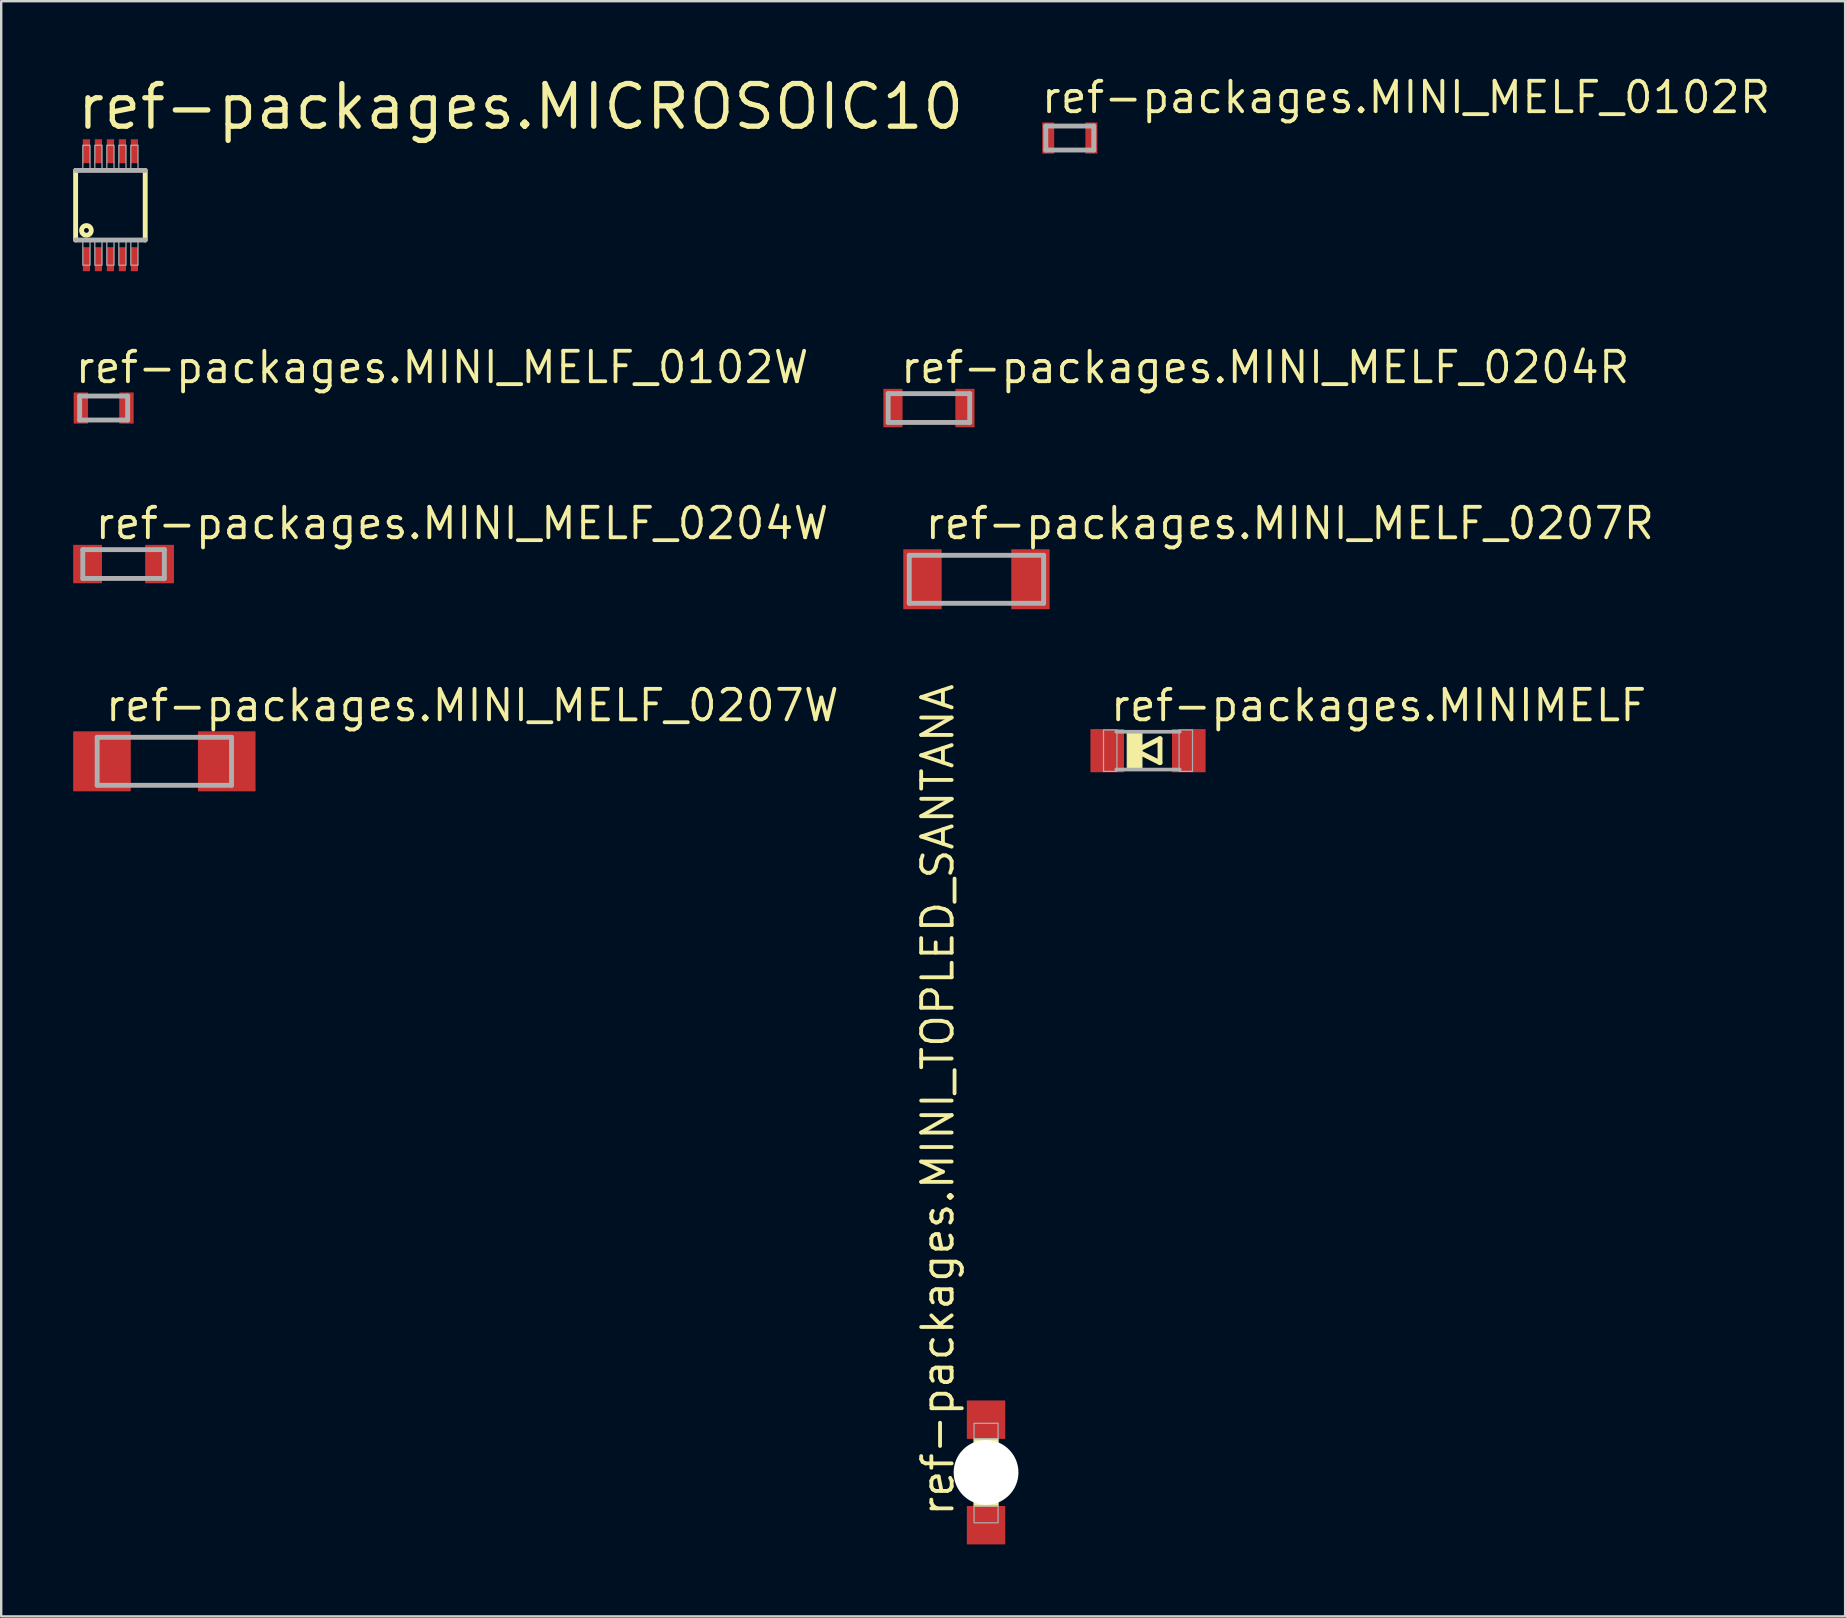
<source format=kicad_pcb>
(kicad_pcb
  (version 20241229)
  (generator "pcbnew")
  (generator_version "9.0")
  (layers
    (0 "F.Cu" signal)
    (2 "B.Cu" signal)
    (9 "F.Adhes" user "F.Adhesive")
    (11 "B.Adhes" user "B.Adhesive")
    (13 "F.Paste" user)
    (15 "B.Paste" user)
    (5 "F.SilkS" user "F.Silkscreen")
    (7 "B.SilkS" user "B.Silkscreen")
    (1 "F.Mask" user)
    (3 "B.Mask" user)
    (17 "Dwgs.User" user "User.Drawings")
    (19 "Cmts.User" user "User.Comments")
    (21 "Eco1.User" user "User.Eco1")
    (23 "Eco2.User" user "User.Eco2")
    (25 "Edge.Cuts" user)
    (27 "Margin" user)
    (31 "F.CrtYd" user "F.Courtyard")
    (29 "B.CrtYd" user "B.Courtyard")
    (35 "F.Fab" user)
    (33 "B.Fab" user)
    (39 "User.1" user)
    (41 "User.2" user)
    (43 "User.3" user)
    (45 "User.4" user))
  (footprint "ref-packages.MINI_MELF_0204R"
    (layer "F.Cu")
    (at 35.666 13.956)
    (property "Reference" "ref-packages.MINI_MELF_0204R" (at -1.27 -0.953 0) (layer "F.SilkS") (effects (font (size 1.27 1.27) (thickness 0.16)) (justify left bottom)))
    (attr smd)
    (fp_line (start -1.7 -0.6) (end -1.7 0.6) (stroke (width 0.203) (type default)) (layer "F.Fab"))
    (fp_line (start -1.7 0.6) (end 1.7 0.6) (stroke (width 0.203) (type default)) (layer "F.Fab"))
    (fp_line (start 1.7 -0.6) (end -1.7 -0.6) (stroke (width 0.203) (type default)) (layer "F.Fab"))
    (fp_line (start 1.7 0.6) (end 1.7 -0.6) (stroke (width 0.203) (type default)) (layer "F.Fab"))
    (pad "1" smd roundrect (at -1.5 0) (size 0.8 1.6) (layers "F.Cu" "F.Mask" "F.Paste") (roundrect_rratio 0.01))
    (pad "2" smd roundrect (at 1.5 0) (size 0.8 1.6) (layers "F.Cu" "F.Mask" "F.Paste") (roundrect_rratio 0.01)))
  (footprint "ref-packages.MINI_TOPLED_SANTANA"
    (layer "F.Cu")
    (at 38.046 58.317)
    (property "Reference" "ref-packages.MINI_TOPLED_SANTANA" (at -1.27 1.905 90) (layer "F.SilkS") (effects (font (size 1.27 1.27) (thickness 0.16)) (justify left bottom)))
    (attr smd)
    (fp_rect (start -0.55 -1.5) (end 0.55 -2.1) (stroke (width 0.05) (type default)) (fill yes) (layer "F.Mask"))
    (fp_rect (start -0.55 2.1) (end 0.55 1.5) (stroke (width 0.05) (type default)) (fill yes) (layer "F.Mask"))
    (fp_line (start -0.7 -1) (end 0.7 -1) (stroke (width 0.102) (type default)) (layer "F.SilkS"))
    (fp_line (start -0.7 1) (end -0.7 -1) (stroke (width 0.102) (type default)) (layer "F.SilkS"))
    (fp_line (start -0.45 -0.7) (end 0.45 -0.7) (stroke (width 0.102) (type default)) (layer "F.SilkS"))
    (fp_line (start -0.45 0.7) (end -0.45 -0.7) (stroke (width 0.102) (type default)) (layer "F.SilkS"))
    (fp_line (start 0.35 1) (end -0.7 1) (stroke (width 0.102) (type default)) (layer "F.SilkS"))
    (fp_line (start 0.45 -0.7) (end 0.45 0.7) (stroke (width 0.102) (type default)) (layer "F.SilkS"))
    (fp_line (start 0.45 0.7) (end -0.45 0.7) (stroke (width 0.102) (type default)) (layer "F.SilkS"))
    (fp_line (start 0.7 -1) (end 0.7 0.65) (stroke (width 0.102) (type default)) (layer "F.SilkS"))
    (fp_line (start 0.7 0.65) (end 0.35 1) (stroke (width 0.102) (type default)) (layer "F.SilkS"))
    (fp_line (start 0.7 0.65) (end 0.7 1) (stroke (width 0.102) (type default)) (layer "F.SilkS"))
    (fp_line (start 0.7 1) (end 0.35 1) (stroke (width 0.102) (type default)) (layer "F.SilkS"))
    (fp_rect (start -0.5 -1) (end 0.5 -1.4) (stroke (width 0.05) (type default)) (fill yes) (layer "F.SilkS"))
    (fp_rect (start -0.5 1.4) (end 0.5 1.05) (stroke (width 0.05) (type default)) (fill yes) (layer "F.SilkS"))
    (fp_rect (start -0.2 0.4) (end 0.15 0.05) (stroke (width 0.05) (type default)) (fill yes) (layer "F.SilkS"))
    (fp_rect (start -0.5 -1.55) (end 0.5 -2.05) (stroke (width 0.05) (type default)) (fill yes) (layer "F.Paste"))
    (fp_rect (start -0.5 2.05) (end 0.5 1.55) (stroke (width 0.05) (type default)) (fill yes) (layer "F.Paste"))
    (fp_rect (start -0.5 -1.4) (end 0.5 -2.05) (stroke (width 0.05) (type default)) (fill no) (layer "F.Fab"))
    (fp_rect (start -0.5 2.1) (end 0.5 1.4) (stroke (width 0.05) (type default)) (fill no) (layer "F.Fab"))
    (pad "" np_thru_hole circle (at 0 0) (size 2.7 2.7) (drill 2.7) (layers "*.Cu" "*.Mask"))
    (pad "A" smd roundrect (at 0 -2.2) (size 1.6 1.6) (layers "F.Cu" "F.Mask" "F.Paste") (roundrect_rratio 0.01))
    (pad "C" smd roundrect (at 0 2.2) (size 1.6 1.6) (layers "F.Cu" "F.Mask" "F.Paste") (roundrect_rratio 0.01)))
  (footprint "ref-packages.MINI_MELF_0102W"
    (layer "F.Cu")
    (at 1.27 13.956)
    (property "Reference" "ref-packages.MINI_MELF_0102W" (at -1.27 -0.953 0) (layer "F.SilkS") (effects (font (size 1.27 1.27) (thickness 0.16)) (justify left bottom)))
    (attr smd)
    (fp_line (start -1 -0.5) (end -1 0.5) (stroke (width 0.203) (type default)) (layer "F.Fab"))
    (fp_line (start -1 0.5) (end 1 0.5) (stroke (width 0.203) (type default)) (layer "F.Fab"))
    (fp_line (start 1 -0.5) (end -1 -0.5) (stroke (width 0.203) (type default)) (layer "F.Fab"))
    (fp_line (start 1 0.5) (end 1 -0.5) (stroke (width 0.203) (type default)) (layer "F.Fab"))
    (pad "1" smd roundrect (at -0.95 0) (size 0.6 1.3) (layers "F.Cu" "F.Mask" "F.Paste") (roundrect_rratio 0.01))
    (pad "2" smd roundrect (at 0.95 0) (size 0.6 1.3) (layers "F.Cu" "F.Mask" "F.Paste") (roundrect_rratio 0.01)))
  (footprint "ref-packages.MINI_MELF_0204W"
    (layer "F.Cu")
    (at 2.1 20.458)
    (property "Reference" "ref-packages.MINI_MELF_0204W" (at -1.27 -0.953 0) (layer "F.SilkS") (effects (font (size 1.27 1.27) (thickness 0.16)) (justify left bottom)))
    (attr smd)
    (fp_line (start -1.7 -0.6) (end -1.7 0.6) (stroke (width 0.203) (type default)) (layer "F.Fab"))
    (fp_line (start -1.7 0.6) (end 1.7 0.6) (stroke (width 0.203) (type default)) (layer "F.Fab"))
    (fp_line (start 1.7 -0.6) (end -1.7 -0.6) (stroke (width 0.203) (type default)) (layer "F.Fab"))
    (fp_line (start 1.7 0.6) (end 1.7 -0.6) (stroke (width 0.203) (type default)) (layer "F.Fab"))
    (pad "1" smd roundrect (at -1.5 0) (size 1.2 1.6) (layers "F.Cu" "F.Mask" "F.Paste") (roundrect_rratio 0.01))
    (pad "2" smd roundrect (at 1.5 0) (size 1.2 1.6) (layers "F.Cu" "F.Mask" "F.Paste") (roundrect_rratio 0.01)))
  (footprint "ref-packages.MINIMELF"
    (layer "F.Cu")
    (at 44.796 28.236)
    (property "Reference" "ref-packages.MINIMELF" (at -1.651 -1.143 0) (layer "F.SilkS") (effects (font (size 1.27 1.27) (thickness 0.16)) (justify left bottom)))
    (attr smd)
    (fp_line (start -0.5 0) (end 0.5 0.5) (stroke (width 0.203) (type default)) (layer "F.SilkS"))
    (fp_line (start 0.5 -0.5) (end -0.5 0) (stroke (width 0.203) (type default)) (layer "F.SilkS"))
    (fp_line (start 0.5 0.5) (end 0.5 -0.5) (stroke (width 0.203) (type default)) (layer "F.SilkS"))
    (fp_rect (start -0.864 0.787) (end -0.254 -0.787) (stroke (width 0.05) (type default)) (fill yes) (layer "F.SilkS"))
    (fp_line (start 1.321 -0.787) (end -1.321 -0.787) (stroke (width 0.152) (type default)) (layer "F.Fab"))
    (fp_line (start 1.321 0.787) (end -1.321 0.787) (stroke (width 0.152) (type default)) (layer "F.Fab"))
    (fp_rect (start -1.854 0.864) (end -1.295 -0.864) (stroke (width 0.05) (type default)) (fill no) (layer "F.Fab"))
    (fp_rect (start 1.295 0.864) (end 1.854 -0.864) (stroke (width 0.05) (type default)) (fill no) (layer "F.Fab"))
    (pad "A" smd roundrect (at 1.7 0) (size 1.4 1.8) (layers "F.Cu" "F.Mask" "F.Paste") (roundrect_rratio 0.01))
    (pad "C" smd roundrect (at -1.7 0) (size 1.4 1.8) (layers "F.Cu" "F.Mask" "F.Paste") (roundrect_rratio 0.01)))
  (footprint "ref-packages.MINI_MELF_0207R"
    (layer "F.Cu")
    (at 37.646 21.093)
    (property "Reference" "ref-packages.MINI_MELF_0207R" (at -2.223 -1.587 0) (layer "F.SilkS") (effects (font (size 1.27 1.27) (thickness 0.16)) (justify left bottom)))
    (attr smd)
    (fp_line (start -2.8 -1) (end -2.8 1) (stroke (width 0.203) (type default)) (layer "F.Fab"))
    (fp_line (start -2.8 1) (end 2.8 1) (stroke (width 0.203) (type default)) (layer "F.Fab"))
    (fp_line (start 2.8 -1) (end -2.8 -1) (stroke (width 0.203) (type default)) (layer "F.Fab"))
    (fp_line (start 2.8 1) (end 2.8 -1) (stroke (width 0.203) (type default)) (layer "F.Fab"))
    (pad "1" smd roundrect (at -2.25 0) (size 1.6 2.5) (layers "F.Cu" "F.Mask" "F.Paste") (roundrect_rratio 0.01))
    (pad "2" smd roundrect (at 2.25 0) (size 1.6 2.5) (layers "F.Cu" "F.Mask" "F.Paste") (roundrect_rratio 0.01)))
  (footprint "ref-packages.MINI_MELF_0207W"
    (layer "F.Cu")
    (at 3.8 28.68)
    (property "Reference" "ref-packages.MINI_MELF_0207W" (at -2.54 -1.587 0) (layer "F.SilkS") (effects (font (size 1.27 1.27) (thickness 0.16)) (justify left bottom)))
    (attr smd)
    (fp_line (start -2.8 -1) (end -2.8 1) (stroke (width 0.203) (type default)) (layer "F.Fab"))
    (fp_line (start -2.8 1) (end 2.8 1) (stroke (width 0.203) (type default)) (layer "F.Fab"))
    (fp_line (start 2.8 -1) (end -2.8 -1) (stroke (width 0.203) (type default)) (layer "F.Fab"))
    (fp_line (start 2.8 1) (end 2.8 -1) (stroke (width 0.203) (type default)) (layer "F.Fab"))
    (pad "1" smd roundrect (at -2.6 0) (size 2.4 2.5) (layers "F.Cu" "F.Mask" "F.Paste") (roundrect_rratio 0.01))
    (pad "2" smd roundrect (at 2.6 0) (size 2.4 2.5) (layers "F.Cu" "F.Mask" "F.Paste") (roundrect_rratio 0.01)))
  (footprint "ref-packages.MINI_MELF_0102R"
    (layer "F.Cu")
    (at 41.536 2.703)
    (property "Reference" "ref-packages.MINI_MELF_0102R" (at -1.27 -0.953 0) (layer "F.SilkS") (effects (font (size 1.27 1.27) (thickness 0.16)) (justify left bottom)))
    (attr smd)
    (fp_line (start -1 -0.5) (end -1 0.5) (stroke (width 0.203) (type default)) (layer "F.Fab"))
    (fp_line (start -1 0.5) (end 1 0.5) (stroke (width 0.203) (type default)) (layer "F.Fab"))
    (fp_line (start 1 -0.5) (end -1 -0.5) (stroke (width 0.203) (type default)) (layer "F.Fab"))
    (fp_line (start 1 0.5) (end 1 -0.5) (stroke (width 0.203) (type default)) (layer "F.Fab"))
    (pad "1" smd roundrect (at -0.9 0) (size 0.5 1.3) (layers "F.Cu" "F.Mask" "F.Paste") (roundrect_rratio 0.01))
    (pad "2" smd roundrect (at 0.9 0) (size 0.5 1.3) (layers "F.Cu" "F.Mask" "F.Paste") (roundrect_rratio 0.01)))
  (footprint "ref-packages.MICROSOIC10"
    (layer "F.Cu")
    (at 1.552 5.503)
    (property "Reference" "ref-packages.MICROSOIC10" (at -1.505 -3.065 0) (layer "F.SilkS") (effects (font (size 1.778 1.778) (thickness 0.22)) (justify left bottom)))
    (attr smd)
    (fp_line (start -1.45 1.45) (end -1.45 -1.45) (stroke (width 0.203) (type default)) (layer "F.SilkS"))
    (fp_line (start 1.45 -1.45) (end 1.45 1.45) (stroke (width 0.203) (type default)) (layer "F.SilkS"))
    (fp_circle (center -1 1.05) (end -0.9 1.05) (stroke (width 0.203) (type default)) (fill no) (layer "F.SilkS"))
    (fp_line (start -1.45 -1.45) (end 1.45 -1.45) (stroke (width 0.203) (type default)) (layer "F.Fab"))
    (fp_line (start 1.45 1.45) (end -1.45 1.45) (stroke (width 0.203) (type default)) (layer "F.Fab"))
    (fp_rect (start -1.15 -1.5) (end -0.85 -2.5) (stroke (width 0.05) (type default)) (fill no) (layer "F.Fab"))
    (fp_rect (start -1.15 2.5) (end -0.85 1.5) (stroke (width 0.05) (type default)) (fill no) (layer "F.Fab"))
    (fp_rect (start -0.65 -1.5) (end -0.35 -2.5) (stroke (width 0.05) (type default)) (fill no) (layer "F.Fab"))
    (fp_rect (start -0.65 2.5) (end -0.35 1.5) (stroke (width 0.05) (type default)) (fill no) (layer "F.Fab"))
    (fp_rect (start -0.15 -1.5) (end 0.15 -2.5) (stroke (width 0.05) (type default)) (fill no) (layer "F.Fab"))
    (fp_rect (start -0.15 2.5) (end 0.15 1.5) (stroke (width 0.05) (type default)) (fill no) (layer "F.Fab"))
    (fp_rect (start 0.35 -1.5) (end 0.65 -2.5) (stroke (width 0.05) (type default)) (fill no) (layer "F.Fab"))
    (fp_rect (start 0.35 2.5) (end 0.65 1.5) (stroke (width 0.05) (type default)) (fill no) (layer "F.Fab"))
    (fp_rect (start 0.85 -1.5) (end 1.15 -2.5) (stroke (width 0.05) (type default)) (fill no) (layer "F.Fab"))
    (fp_rect (start 0.85 2.5) (end 1.15 1.5) (stroke (width 0.05) (type default)) (fill no) (layer "F.Fab"))
    (pad "1" smd roundrect (at -1 2.25) (size 0.3 1) (layers "F.Cu" "F.Mask" "F.Paste") (roundrect_rratio 0.01))
    (pad "2" smd roundrect (at -0.5 2.25) (size 0.3 1) (layers "F.Cu" "F.Mask" "F.Paste") (roundrect_rratio 0.01))
    (pad "3" smd roundrect (at 0 2.25) (size 0.3 1) (layers "F.Cu" "F.Mask" "F.Paste") (roundrect_rratio 0.01))
    (pad "4" smd roundrect (at 0.5 2.25) (size 0.3 1) (layers "F.Cu" "F.Mask" "F.Paste") (roundrect_rratio 0.01))
    (pad "5" smd roundrect (at 1 2.25) (size 0.3 1) (layers "F.Cu" "F.Mask" "F.Paste") (roundrect_rratio 0.01))
    (pad "6" smd roundrect (at 1 -2.25) (size 0.3 1) (layers "F.Cu" "F.Mask" "F.Paste") (roundrect_rratio 0.01))
    (pad "7" smd roundrect (at 0.5 -2.25) (size 0.3 1) (layers "F.Cu" "F.Mask" "F.Paste") (roundrect_rratio 0.01))
    (pad "8" smd roundrect (at 0 -2.25) (size 0.3 1) (layers "F.Cu" "F.Mask" "F.Paste") (roundrect_rratio 0.01))
    (pad "9" smd roundrect (at -0.5 -2.25) (size 0.3 1) (layers "F.Cu" "F.Mask" "F.Paste") (roundrect_rratio 0.01))
    (pad "10" smd roundrect (at -1 -2.25) (size 0.3 1) (layers "F.Cu" "F.Mask" "F.Paste") (roundrect_rratio 0.01)))
  (gr_rect
    (start -3 -3)
    (end 73.851 64.317)
    (stroke (width 0.1) (type default))
    (fill no)
    (layer "Edge.Cuts")))
</source>
